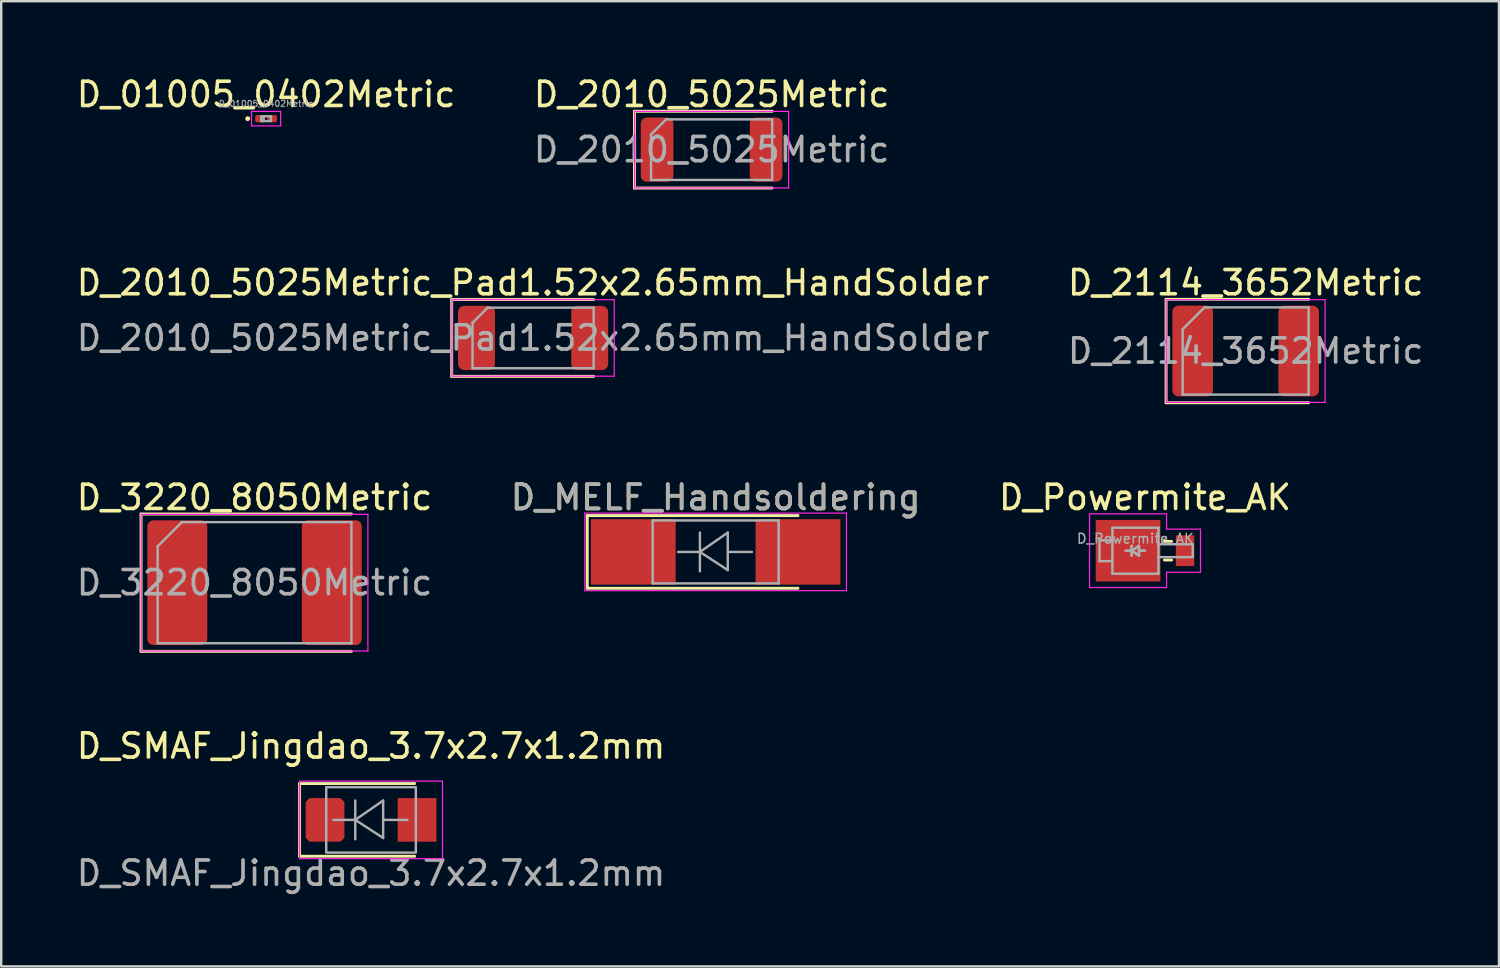
<source format=kicad_pcb>
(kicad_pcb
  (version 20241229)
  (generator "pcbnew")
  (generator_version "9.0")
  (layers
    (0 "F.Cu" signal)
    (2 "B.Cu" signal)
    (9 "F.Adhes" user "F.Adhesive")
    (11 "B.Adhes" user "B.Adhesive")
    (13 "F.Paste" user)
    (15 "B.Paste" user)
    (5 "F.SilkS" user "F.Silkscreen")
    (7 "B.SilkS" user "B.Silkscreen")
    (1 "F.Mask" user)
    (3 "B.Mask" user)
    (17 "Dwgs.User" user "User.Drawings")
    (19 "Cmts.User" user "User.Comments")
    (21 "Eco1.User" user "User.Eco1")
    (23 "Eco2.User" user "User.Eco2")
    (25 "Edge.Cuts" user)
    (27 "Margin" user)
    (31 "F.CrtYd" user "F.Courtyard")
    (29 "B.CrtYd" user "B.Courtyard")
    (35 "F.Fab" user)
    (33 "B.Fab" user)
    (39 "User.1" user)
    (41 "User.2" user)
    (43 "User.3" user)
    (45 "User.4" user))
  (footprint "D_2114_3652Metric"
    (layer "F.Cu")
    (at 48.375 11.441)
    (property "Reference" "D_2114_3652Metric" (at 0 -2.82 0) (layer "F.SilkS") (effects (font (size 1 1) (thickness 0.15))))
    (attr smd)
    (fp_line (start -3.285 -2.135) (end -3.285 2.135) (stroke (width 0.12) (type solid)) (layer "F.SilkS"))
    (fp_line (start -3.285 2.135) (end 2.6 2.135) (stroke (width 0.12) (type solid)) (layer "F.SilkS"))
    (fp_line (start 2.6 -2.135) (end -3.285 -2.135) (stroke (width 0.12) (type solid)) (layer "F.SilkS"))
    (fp_line (start -3.28 -2.12) (end 3.28 -2.12) (stroke (width 0.05) (type solid)) (layer "F.CrtYd"))
    (fp_line (start -3.28 2.12) (end -3.28 -2.12) (stroke (width 0.05) (type solid)) (layer "F.CrtYd"))
    (fp_line (start 3.28 -2.12) (end 3.28 2.12) (stroke (width 0.05) (type solid)) (layer "F.CrtYd"))
    (fp_line (start 3.28 2.12) (end -3.28 2.12) (stroke (width 0.05) (type solid)) (layer "F.CrtYd"))
    (fp_line (start -2.6 -0.9) (end -2.6 1.8) (stroke (width 0.1) (type solid)) (layer "F.Fab"))
    (fp_line (start -2.6 1.8) (end 2.6 1.8) (stroke (width 0.1) (type solid)) (layer "F.Fab"))
    (fp_line (start -1.7 -1.8) (end -2.6 -0.9) (stroke (width 0.1) (type solid)) (layer "F.Fab"))
    (fp_line (start 2.6 -1.8) (end -1.7 -1.8) (stroke (width 0.1) (type solid)) (layer "F.Fab"))
    (fp_line (start 2.6 1.8) (end 2.6 -1.8) (stroke (width 0.1) (type solid)) (layer "F.Fab"))
    (fp_text user "${REFERENCE}" (at 0 0 0) (layer "F.Fab") (effects (font (size 1 1) (thickness 0.15))))
    (pad "1" smd roundrect (at -2.188 0) (size 1.675 3.75) (layers "F.Cu" "F.Mask" "F.Paste") (roundrect_rratio 0.149))
    (pad "2" smd roundrect (at 2.188 0) (size 1.675 3.75) (layers "F.Cu" "F.Mask" "F.Paste") (roundrect_rratio 0.149)))
  (footprint "D_MELF_Handsoldering"
    (layer "F.Cu")
    (at 26.494 19.735)
    (property "Reference" "D_MELF_Handsoldering" (at 0 -2.25 0) (layer "F.SilkS") (effects (font (size 1 1) (thickness 0.15))))
    (attr smd)
    (fp_line (start -5.3 -1.5) (end -5.3 1.5) (stroke (width 0.12) (type solid)) (layer "F.SilkS"))
    (fp_line (start -5.3 1.5) (end 3.4 1.5) (stroke (width 0.12) (type solid)) (layer "F.SilkS"))
    (fp_line (start 3.4 -1.5) (end -5.3 -1.5) (stroke (width 0.12) (type solid)) (layer "F.SilkS"))
    (fp_line (start -5.4 -1.6) (end 5.4 -1.6) (stroke (width 0.05) (type solid)) (layer "F.CrtYd"))
    (fp_line (start -5.4 1.6) (end -5.4 -1.6) (stroke (width 0.05) (type solid)) (layer "F.CrtYd"))
    (fp_line (start 5.4 -1.6) (end 5.4 1.6) (stroke (width 0.05) (type solid)) (layer "F.CrtYd"))
    (fp_line (start 5.4 1.6) (end -5.4 1.6) (stroke (width 0.05) (type solid)) (layer "F.CrtYd"))
    (fp_line (start -2.6 -1.3) (end -2.6 1.3) (stroke (width 0.1) (type solid)) (layer "F.Fab"))
    (fp_line (start -2.6 1.3) (end 2.6 1.3) (stroke (width 0.1) (type solid)) (layer "F.Fab"))
    (fp_line (start -0.649 -0.799) (end -0.649 0.801) (stroke (width 0.1) (type solid)) (layer "F.Fab"))
    (fp_line (start -0.649 0.001) (end -1.551 0.001) (stroke (width 0.1) (type solid)) (layer "F.Fab"))
    (fp_line (start -0.649 0.001) (end 0.501 -0.799) (stroke (width 0.1) (type solid)) (layer "F.Fab"))
    (fp_line (start -0.649 0.001) (end 0.501 0.75) (stroke (width 0.1) (type solid)) (layer "F.Fab"))
    (fp_line (start 0.501 0.001) (end 1.499 0.001) (stroke (width 0.1) (type solid)) (layer "F.Fab"))
    (fp_line (start 0.501 0.75) (end 0.501 -0.799) (stroke (width 0.1) (type solid)) (layer "F.Fab"))
    (fp_line (start 2.6 -1.3) (end -2.6 -1.3) (stroke (width 0.1) (type solid)) (layer "F.Fab"))
    (fp_line (start 2.6 1.3) (end 2.6 -1.3) (stroke (width 0.1) (type solid)) (layer "F.Fab"))
    (fp_text user "${REFERENCE}" (at 0 -2.25 0) (layer "F.Fab") (effects (font (size 1 1) (thickness 0.15))))
    (pad "1" smd rect (at -3.4 0) (size 3.5 2.7) (layers "F.Cu" "F.Mask" "F.Paste"))
    (pad "2" smd rect (at 3.4 0) (size 3.5 2.7) (layers "F.Cu" "F.Mask" "F.Paste")))
  (footprint "D_Powermite_AK"
    (layer "F.Cu")
    (at 44.22 19.685)
    (property "Reference" "D_Powermite_AK" (at 0 -2.2 0) (layer "F.SilkS") (effects (font (size 1 1) (thickness 0.15))))
    (attr smd)
    (fp_line (start 1.1 -0.385) (end 0.8 -0.385) (stroke (width 0.12) (type solid)) (layer "F.SilkS"))
    (fp_line (start 1.1 0.385) (end 0.8 0.385) (stroke (width 0.12) (type solid)) (layer "F.SilkS"))
    (fp_line (start -2.29 -1.52) (end -2.29 1.52) (stroke (width 0.05) (type solid)) (layer "F.CrtYd"))
    (fp_line (start -2.29 1.52) (end 0.89 1.52) (stroke (width 0.05) (type solid)) (layer "F.CrtYd"))
    (fp_line (start 0.89 -1.52) (end -2.29 -1.52) (stroke (width 0.05) (type solid)) (layer "F.CrtYd"))
    (fp_line (start 0.89 -0.89) (end 0.89 -1.52) (stroke (width 0.05) (type solid)) (layer "F.CrtYd"))
    (fp_line (start 0.89 0.89) (end 2.29 0.89) (stroke (width 0.05) (type solid)) (layer "F.CrtYd"))
    (fp_line (start 0.89 1.52) (end 0.89 0.89) (stroke (width 0.05) (type solid)) (layer "F.CrtYd"))
    (fp_line (start 2.29 -0.89) (end 0.89 -0.89) (stroke (width 0.05) (type solid)) (layer "F.CrtYd"))
    (fp_line (start 2.29 0.89) (end 2.29 -0.89) (stroke (width 0.05) (type solid)) (layer "F.CrtYd"))
    (fp_line (start -1.88 -0.43) (end -1.345 -0.43) (stroke (width 0.1) (type solid)) (layer "F.Fab"))
    (fp_line (start -1.88 0.43) (end -1.88 -0.43) (stroke (width 0.1) (type solid)) (layer "F.Fab"))
    (fp_line (start -1.345 -0.95) (end -1.345 0.95) (stroke (width 0.1) (type solid)) (layer "F.Fab"))
    (fp_line (start -1.345 0.43) (end -1.88 0.43) (stroke (width 0.1) (type solid)) (layer "F.Fab"))
    (fp_line (start -1.345 0.95) (end 0.555 0.95) (stroke (width 0.1) (type solid)) (layer "F.Fab"))
    (fp_line (start -0.55 0) (end -0.8 0) (stroke (width 0.1) (type solid)) (layer "F.Fab"))
    (fp_line (start -0.55 0) (end -0.8 0) (stroke (width 0.1) (type solid)) (layer "F.Fab"))
    (fp_line (start -0.55 0) (end -0.25 0.2) (stroke (width 0.1) (type solid)) (layer "F.Fab"))
    (fp_line (start -0.55 0) (end -0.25 0.2) (stroke (width 0.1) (type solid)) (layer "F.Fab"))
    (fp_line (start -0.55 0.2) (end -0.55 -0.2) (stroke (width 0.1) (type solid)) (layer "F.Fab"))
    (fp_line (start -0.55 0.2) (end -0.55 -0.2) (stroke (width 0.1) (type solid)) (layer "F.Fab"))
    (fp_line (start -0.25 -0.2) (end -0.55 0) (stroke (width 0.1) (type solid)) (layer "F.Fab"))
    (fp_line (start -0.25 -0.2) (end -0.55 0) (stroke (width 0.1) (type solid)) (layer "F.Fab"))
    (fp_line (start -0.25 0) (end 0 0) (stroke (width 0.1) (type solid)) (layer "F.Fab"))
    (fp_line (start -0.25 0) (end 0 0) (stroke (width 0.1) (type solid)) (layer "F.Fab"))
    (fp_line (start -0.25 0.2) (end -0.25 -0.2) (stroke (width 0.1) (type solid)) (layer "F.Fab"))
    (fp_line (start -0.25 0.2) (end -0.25 -0.2) (stroke (width 0.1) (type solid)) (layer "F.Fab"))
    (fp_line (start 0.555 -0.95) (end -1.345 -0.95) (stroke (width 0.1) (type solid)) (layer "F.Fab"))
    (fp_line (start 0.555 0.95) (end 0.555 -0.95) (stroke (width 0.1) (type solid)) (layer "F.Fab"))
    (fp_line (start 1.97 -0.265) (end 0.555 -0.265) (stroke (width 0.1) (type solid)) (layer "F.Fab"))
    (fp_line (start 1.97 0.265) (end 0.555 0.265) (stroke (width 0.1) (type solid)) (layer "F.Fab"))
    (fp_line (start 1.97 0.265) (end 1.97 -0.265) (stroke (width 0.1) (type solid)) (layer "F.Fab"))
    (fp_text user "${REFERENCE}" (at -0.4 -0.5 0) (layer "F.Fab") (effects (font (size 0.4 0.4) (thickness 0.06))))
    (pad "1" smd rect (at -0.699 0) (size 2.67 2.54) (layers "F.Cu" "F.Mask" "F.Paste"))
    (pad "2" smd rect (at 1.653 0) (size 0.762 1.27) (layers "F.Cu" "F.Mask" "F.Paste")))
  (footprint "D_01005_0402Metric"
    (layer "F.Cu")
    (at 7.935 1.848)
    (property "Reference" "D_01005_0402Metric" (at 0 -1 0) (layer "F.SilkS") (effects (font (size 1 1) (thickness 0.15))))
    (attr smd)
    (fp_circle (center -0.76 0) (end -0.71 0) (stroke (width 0.1) (type solid)) (fill no) (layer "F.SilkS"))
    (fp_line (start -0.6 -0.3) (end 0.6 -0.3) (stroke (width 0.05) (type solid)) (layer "F.CrtYd"))
    (fp_line (start -0.6 0.3) (end -0.6 -0.3) (stroke (width 0.05) (type solid)) (layer "F.CrtYd"))
    (fp_line (start 0.6 -0.3) (end 0.6 0.3) (stroke (width 0.05) (type solid)) (layer "F.CrtYd"))
    (fp_line (start 0.6 0.3) (end -0.6 0.3) (stroke (width 0.05) (type solid)) (layer "F.CrtYd"))
    (fp_line (start -0.2 -0.1) (end 0.2 -0.1) (stroke (width 0.1) (type solid)) (layer "F.Fab"))
    (fp_line (start -0.2 0.1) (end -0.2 -0.1) (stroke (width 0.1) (type solid)) (layer "F.Fab"))
    (fp_line (start -0.1 0.1) (end -0.1 -0.1) (stroke (width 0.1) (type solid)) (layer "F.Fab"))
    (fp_line (start 0.2 -0.1) (end 0.2 0.1) (stroke (width 0.1) (type solid)) (layer "F.Fab"))
    (fp_line (start 0.2 0.1) (end -0.2 0.1) (stroke (width 0.1) (type solid)) (layer "F.Fab"))
    (fp_text user "${REFERENCE}" (at 0 -0.62 0) (layer "F.Fab") (effects (font (size 0.25 0.25) (thickness 0.04))))
    (pad "" smd roundrect (at -0.275 0) (size 0.27 0.27) (layers "F.Paste") (roundrect_rratio 0.25))
    (pad "" smd roundrect (at 0.275 0) (size 0.27 0.27) (layers "F.Paste") (roundrect_rratio 0.25))
    (pad "1" smd roundrect (at -0.25 0) (size 0.4 0.3) (layers "F.Cu" "F.Mask") (roundrect_rratio 0.25))
    (pad "2" smd roundrect (at 0.25 0) (size 0.4 0.3) (layers "F.Cu" "F.Mask") (roundrect_rratio 0.25)))
  (footprint "D_2010_5025Metric_Pad1.52x2.65mm_HandSolder"
    (layer "F.Cu")
    (at 18.958 10.902)
    (property "Reference" "D_2010_5025Metric_Pad1.52x2.65mm_HandSolder" (at 0 -2.28 0) (layer "F.SilkS") (effects (font (size 1 1) (thickness 0.15))))
    (attr smd)
    (fp_line (start -3.36 -1.585) (end -3.36 1.585) (stroke (width 0.12) (type solid)) (layer "F.SilkS"))
    (fp_line (start -3.36 1.585) (end 2.5 1.585) (stroke (width 0.12) (type solid)) (layer "F.SilkS"))
    (fp_line (start 2.5 -1.585) (end -3.36 -1.585) (stroke (width 0.12) (type solid)) (layer "F.SilkS"))
    (fp_line (start -3.35 -1.58) (end 3.35 -1.58) (stroke (width 0.05) (type solid)) (layer "F.CrtYd"))
    (fp_line (start -3.35 1.58) (end -3.35 -1.58) (stroke (width 0.05) (type solid)) (layer "F.CrtYd"))
    (fp_line (start 3.35 -1.58) (end 3.35 1.58) (stroke (width 0.05) (type solid)) (layer "F.CrtYd"))
    (fp_line (start 3.35 1.58) (end -3.35 1.58) (stroke (width 0.05) (type solid)) (layer "F.CrtYd"))
    (fp_line (start -2.5 -0.625) (end -2.5 1.25) (stroke (width 0.1) (type solid)) (layer "F.Fab"))
    (fp_line (start -2.5 1.25) (end 2.5 1.25) (stroke (width 0.1) (type solid)) (layer "F.Fab"))
    (fp_line (start -1.875 -1.25) (end -2.5 -0.625) (stroke (width 0.1) (type solid)) (layer "F.Fab"))
    (fp_line (start 2.5 -1.25) (end -1.875 -1.25) (stroke (width 0.1) (type solid)) (layer "F.Fab"))
    (fp_line (start 2.5 1.25) (end 2.5 -1.25) (stroke (width 0.1) (type solid)) (layer "F.Fab"))
    (fp_text user "${REFERENCE}" (at 0 0 0) (layer "F.Fab") (effects (font (size 1 1) (thickness 0.15))))
    (pad "1" smd roundrect (at -2.337 0) (size 1.525 2.65) (layers "F.Cu" "F.Mask" "F.Paste") (roundrect_rratio 0.164))
    (pad "2" smd roundrect (at 2.337 0) (size 1.525 2.65) (layers "F.Cu" "F.Mask" "F.Paste") (roundrect_rratio 0.164)))
  (footprint "D_SMAF_Jingdao_3.7x2.7x1.2mm"
    (layer "F.Cu")
    (at 12.268 30.798)
    (property "Reference" "D_SMAF_Jingdao_3.7x2.7x1.2mm" (at 0 -3.05 0) (unlocked yes) (layer "F.SilkS") (effects (font (size 1 1) (thickness 0.15))))
    (attr smd)
    (fp_line (start -2.95 -1.5) (end -2.95 1.5) (stroke (width 0.12) (type default)) (layer "F.SilkS"))
    (fp_line (start -2.95 1.5) (end 1.8 1.5) (stroke (width 0.12) (type default)) (layer "F.SilkS"))
    (fp_line (start 1.8 -1.5) (end -2.95 -1.5) (stroke (width 0.12) (type default)) (layer "F.SilkS"))
    (fp_rect (start -2.95 -1.6) (end 2.95 1.6) (stroke (width 0.05) (type default)) (fill no) (layer "F.CrtYd"))
    (fp_line (start -0.651 -0.8) (end -0.651 0.8) (stroke (width 0.1) (type solid)) (layer "F.Fab"))
    (fp_line (start -0.651 0) (end -1.552 0) (stroke (width 0.1) (type solid)) (layer "F.Fab"))
    (fp_line (start -0.651 0) (end 0.5 -0.8) (stroke (width 0.1) (type solid)) (layer "F.Fab"))
    (fp_line (start -0.651 0) (end 0.5 0.749) (stroke (width 0.1) (type solid)) (layer "F.Fab"))
    (fp_line (start 0.5 0) (end 1.498 0) (stroke (width 0.1) (type solid)) (layer "F.Fab"))
    (fp_line (start 0.5 0.749) (end 0.5 -0.8) (stroke (width 0.1) (type solid)) (layer "F.Fab"))
    (fp_rect (start -1.85 -1.35) (end 1.85 1.35) (stroke (width 0.1) (type default)) (fill no) (layer "F.Fab"))
    (fp_text user "${REFERENCE}" (at 0 2.2 0) (unlocked yes) (layer "F.Fab") (effects (font (size 1 1) (thickness 0.15))))
    (pad "1" smd roundrect (at -1.9 0) (size 1.6 1.8) (layers "F.Cu" "F.Mask" "F.Paste") (roundrect_rratio 0) (chamfer_ratio 0.1) (chamfer top_left top_right bottom_left bottom_right))
    (pad "2" smd rect (at 1.9 0) (size 1.6 1.8) (layers "F.Cu" "F.Mask" "F.Paste")))
  (footprint "D_3220_8050Metric"
    (layer "F.Cu")
    (at 7.458 21.005)
    (property "Reference" "D_3220_8050Metric" (at 0 -3.52 0) (layer "F.SilkS") (effects (font (size 1 1) (thickness 0.15))))
    (attr smd)
    (fp_line (start -4.685 -2.835) (end -4.685 2.835) (stroke (width 0.12) (type solid)) (layer "F.SilkS"))
    (fp_line (start -4.685 2.835) (end 4 2.835) (stroke (width 0.12) (type solid)) (layer "F.SilkS"))
    (fp_line (start 4 -2.835) (end -4.685 -2.835) (stroke (width 0.12) (type solid)) (layer "F.SilkS"))
    (fp_line (start -4.68 -2.82) (end 4.68 -2.82) (stroke (width 0.05) (type solid)) (layer "F.CrtYd"))
    (fp_line (start -4.68 2.82) (end -4.68 -2.82) (stroke (width 0.05) (type solid)) (layer "F.CrtYd"))
    (fp_line (start 4.68 -2.82) (end 4.68 2.82) (stroke (width 0.05) (type solid)) (layer "F.CrtYd"))
    (fp_line (start 4.68 2.82) (end -4.68 2.82) (stroke (width 0.05) (type solid)) (layer "F.CrtYd"))
    (fp_line (start -4 -1.5) (end -4 2.5) (stroke (width 0.1) (type solid)) (layer "F.Fab"))
    (fp_line (start -4 2.5) (end 4 2.5) (stroke (width 0.1) (type solid)) (layer "F.Fab"))
    (fp_line (start -3 -2.5) (end -4 -1.5) (stroke (width 0.1) (type solid)) (layer "F.Fab"))
    (fp_line (start 4 -2.5) (end -3 -2.5) (stroke (width 0.1) (type solid)) (layer "F.Fab"))
    (fp_line (start 4 2.5) (end 4 -2.5) (stroke (width 0.1) (type solid)) (layer "F.Fab"))
    (fp_text user "${REFERENCE}" (at 0 0 0) (layer "F.Fab") (effects (font (size 1 1) (thickness 0.15))))
    (pad "1" smd roundrect (at -3.188 0) (size 2.475 5.15) (layers "F.Cu" "F.Mask" "F.Paste") (roundrect_rratio 0.101))
    (pad "2" smd roundrect (at 3.188 0) (size 2.475 5.15) (layers "F.Cu" "F.Mask" "F.Paste") (roundrect_rratio 0.101)))
  (footprint "D_2010_5025Metric"
    (layer "F.Cu")
    (at 26.327 3.128)
    (property "Reference" "D_2010_5025Metric" (at 0 -2.28 0) (layer "F.SilkS") (effects (font (size 1 1) (thickness 0.15))))
    (attr smd)
    (fp_line (start -3.185 -1.585) (end -3.185 1.585) (stroke (width 0.12) (type solid)) (layer "F.SilkS"))
    (fp_line (start -3.185 1.585) (end 2.5 1.585) (stroke (width 0.12) (type solid)) (layer "F.SilkS"))
    (fp_line (start 2.5 -1.585) (end -3.185 -1.585) (stroke (width 0.12) (type solid)) (layer "F.SilkS"))
    (fp_line (start -3.18 -1.58) (end 3.18 -1.58) (stroke (width 0.05) (type solid)) (layer "F.CrtYd"))
    (fp_line (start -3.18 1.58) (end -3.18 -1.58) (stroke (width 0.05) (type solid)) (layer "F.CrtYd"))
    (fp_line (start 3.18 -1.58) (end 3.18 1.58) (stroke (width 0.05) (type solid)) (layer "F.CrtYd"))
    (fp_line (start 3.18 1.58) (end -3.18 1.58) (stroke (width 0.05) (type solid)) (layer "F.CrtYd"))
    (fp_line (start -2.5 -0.625) (end -2.5 1.25) (stroke (width 0.1) (type solid)) (layer "F.Fab"))
    (fp_line (start -2.5 1.25) (end 2.5 1.25) (stroke (width 0.1) (type solid)) (layer "F.Fab"))
    (fp_line (start -1.875 -1.25) (end -2.5 -0.625) (stroke (width 0.1) (type solid)) (layer "F.Fab"))
    (fp_line (start 2.5 -1.25) (end -1.875 -1.25) (stroke (width 0.1) (type solid)) (layer "F.Fab"))
    (fp_line (start 2.5 1.25) (end 2.5 -1.25) (stroke (width 0.1) (type solid)) (layer "F.Fab"))
    (fp_text user "${REFERENCE}" (at 0 0 0) (layer "F.Fab") (effects (font (size 1 1) (thickness 0.15))))
    (pad "1" smd roundrect (at -2.25 0) (size 1.35 2.65) (layers "F.Cu" "F.Mask" "F.Paste") (roundrect_rratio 0.185))
    (pad "2" smd roundrect (at 2.25 0) (size 1.35 2.65) (layers "F.Cu" "F.Mask" "F.Paste") (roundrect_rratio 0.185)))
  (gr_rect
    (start -3 -3)
    (end 58.833 36.846)
    (stroke (width 0.1) (type default))
    (fill no)
    (layer "Edge.Cuts")))
</source>
